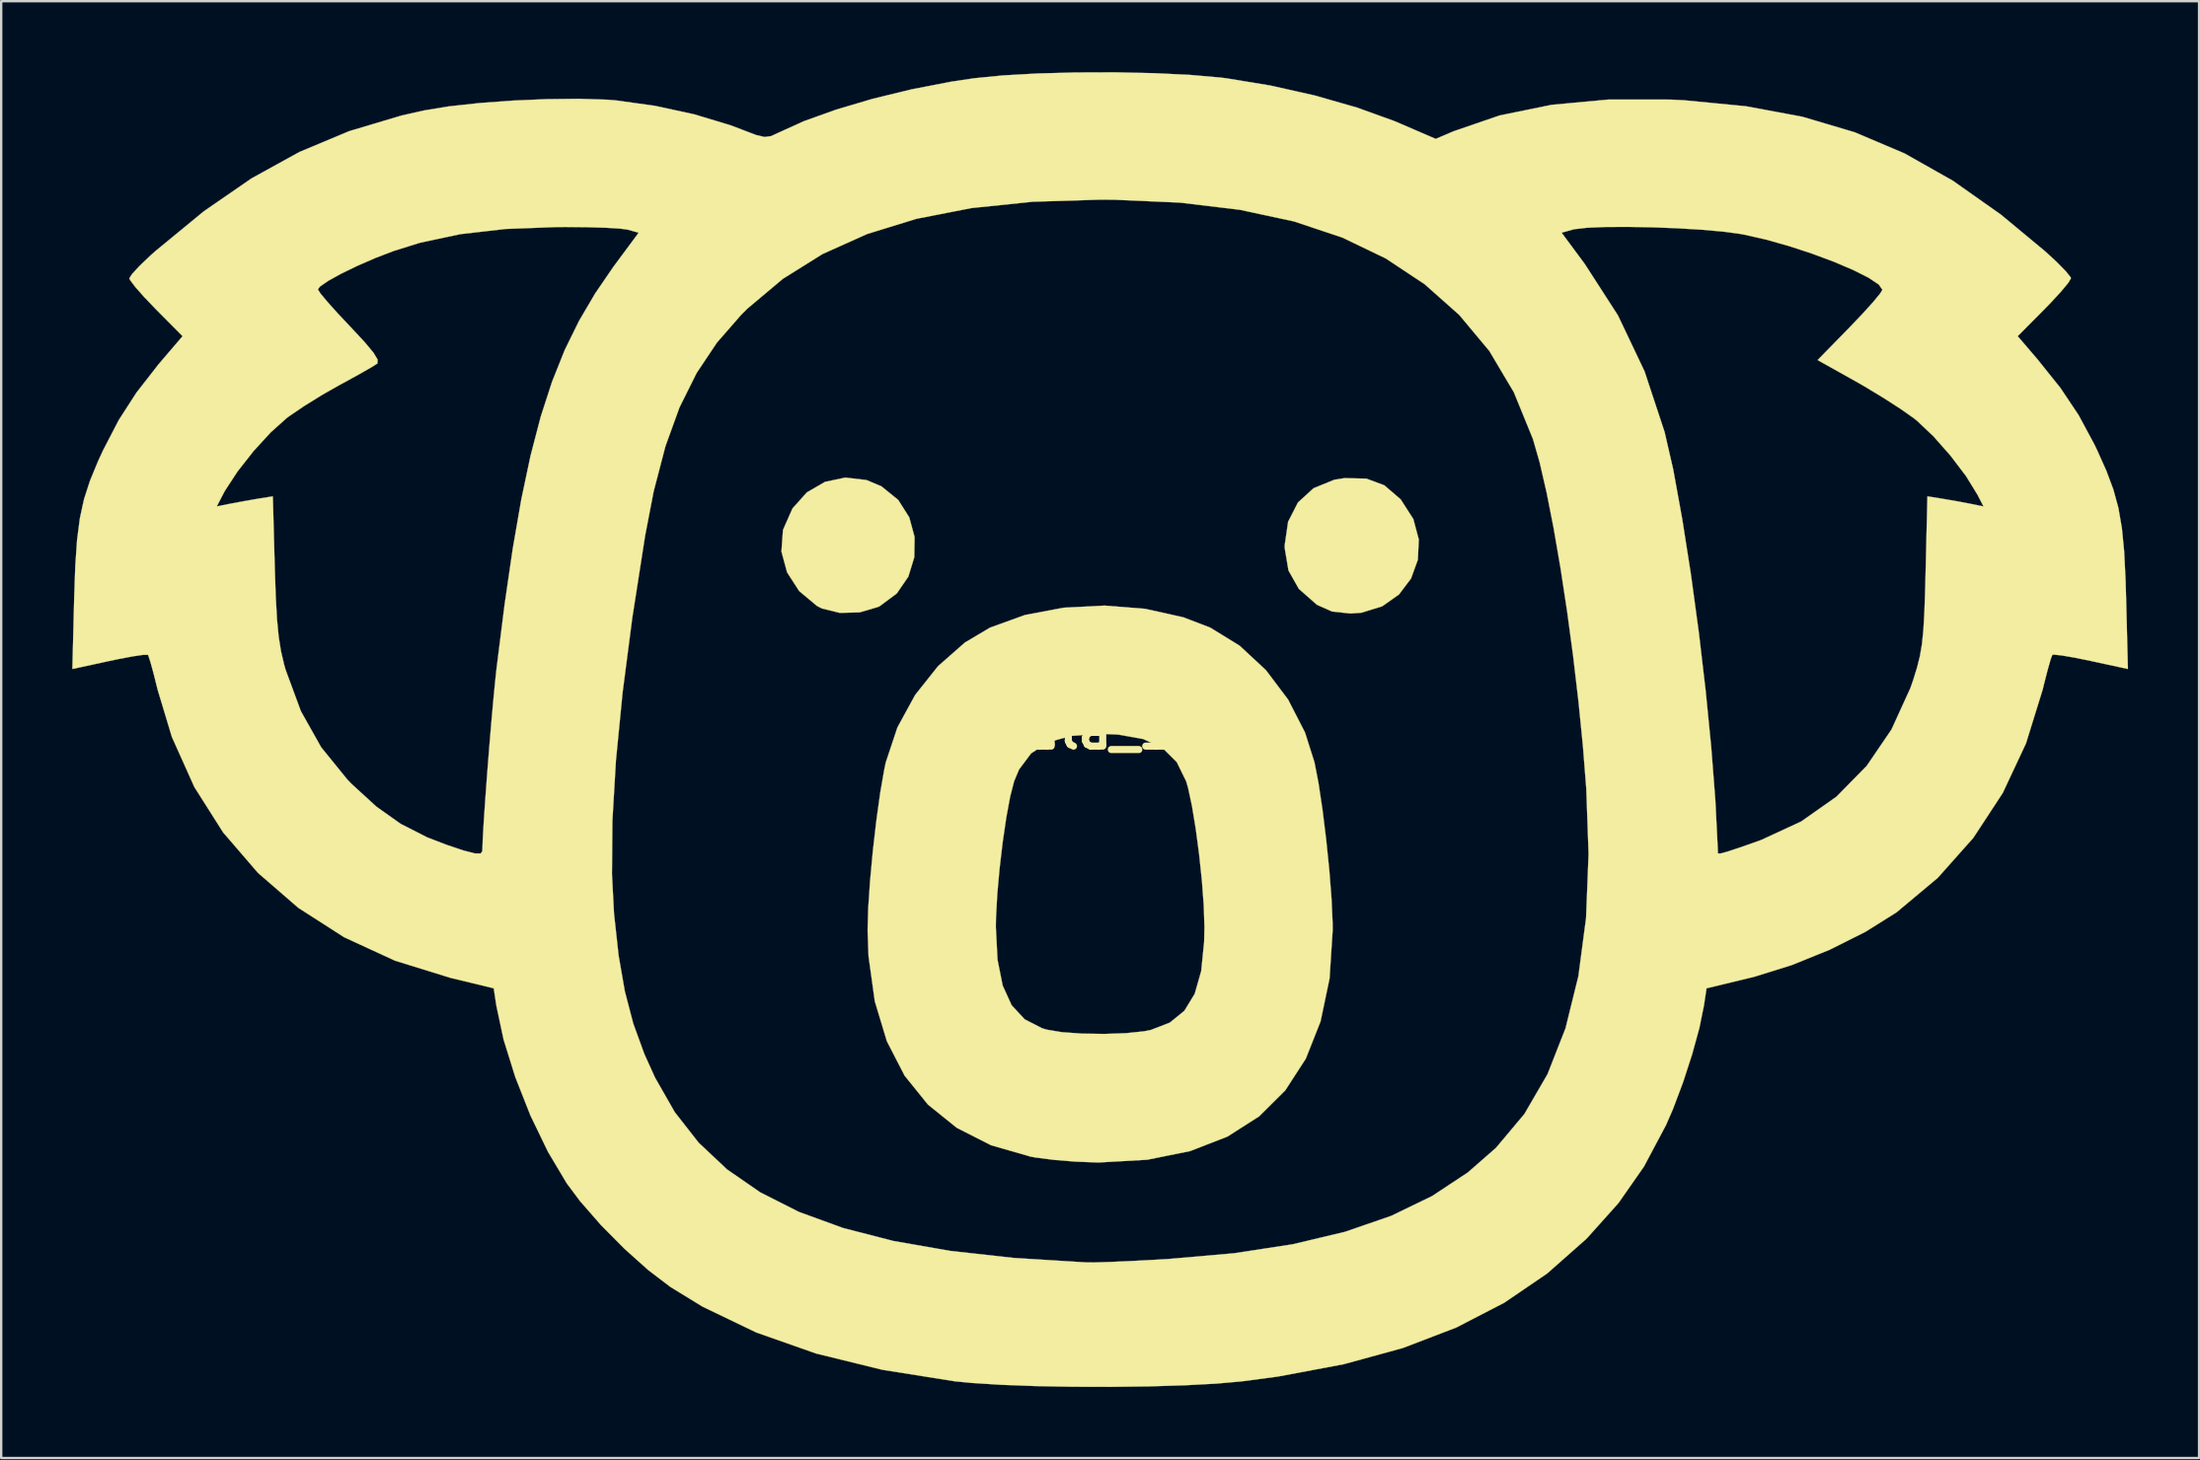
<source format=kicad_pcb>
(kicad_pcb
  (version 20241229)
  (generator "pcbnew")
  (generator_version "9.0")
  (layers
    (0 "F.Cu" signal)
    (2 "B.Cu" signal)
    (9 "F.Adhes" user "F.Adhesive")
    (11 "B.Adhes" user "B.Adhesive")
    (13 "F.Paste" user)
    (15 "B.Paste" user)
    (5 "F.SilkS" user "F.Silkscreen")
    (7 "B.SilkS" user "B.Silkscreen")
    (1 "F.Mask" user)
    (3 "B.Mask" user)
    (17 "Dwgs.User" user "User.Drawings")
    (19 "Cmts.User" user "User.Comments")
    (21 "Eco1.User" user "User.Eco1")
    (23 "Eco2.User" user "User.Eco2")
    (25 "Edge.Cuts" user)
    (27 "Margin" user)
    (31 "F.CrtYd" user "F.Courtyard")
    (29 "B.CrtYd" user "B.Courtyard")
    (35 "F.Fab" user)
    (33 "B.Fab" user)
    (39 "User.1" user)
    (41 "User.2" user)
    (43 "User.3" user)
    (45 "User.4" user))
  (footprint "Koala_150"
    (layer "F.Cu")
    (at 43.387 27.77)
    (property "Reference" "Koala_150" (at 0 0 0) (layer "F.SilkS") (effects (font (size 1.524 1.524) (thickness 0.3))))
    (attr through_hole)
    (fp_poly (pts (xy -9.863 -10.547) (xy -9.232 -10.281) (xy -8.523 -9.707) (xy -8.057 -8.971) (xy -7.832 -8.142) (xy -7.845 -7.285) (xy -8.096 -6.468) (xy -8.583 -5.758) (xy -9.303 -5.222) (xy -9.372 -5.188) (xy -10.153 -4.959) (xy -10.991 -4.938) (xy -11.745 -5.124) (xy -11.953 -5.231) (xy -12.704 -5.859) (xy -13.214 -6.648) (xy -13.452 -7.527) (xy -13.388 -8.427) (xy -13.379 -8.459) (xy -12.987 -9.346) (xy -12.38 -10.025) (xy -11.617 -10.468) (xy -10.758 -10.651) (xy -9.863 -10.547)) (stroke (width 0.01) (type solid)) (fill yes) (layer "F.SilkS"))
    (fp_poly (pts (xy 11.238 -10.607) (xy 11.994 -10.325) (xy 12.664 -9.751) (xy 12.694 -9.718) (xy 13.22 -8.9) (xy 13.45 -8.036) (xy 13.41 -7.18) (xy 13.123 -6.388) (xy 12.613 -5.714) (xy 11.906 -5.215) (xy 11.026 -4.944) (xy 10.566 -4.911) (xy 9.789 -4.995) (xy 9.164 -5.273) (xy 9.131 -5.296) (xy 8.388 -5.95) (xy 7.95 -6.726) (xy 7.791 -7.673) (xy 7.789 -7.789) (xy 7.934 -8.786) (xy 8.35 -9.6) (xy 9.008 -10.202) (xy 9.88 -10.558) (xy 10.315 -10.628) (xy 11.238 -10.607)) (stroke (width 0.01) (type solid)) (fill yes) (layer "F.SilkS"))
    (fp_poly (pts (xy 1.897 -5.109) (xy 3.51 -4.751) (xy 4.649 -4.314) (xy 5.889 -3.55) (xy 7 -2.517) (xy 7.935 -1.275) (xy 8.649 0.117) (xy 9.047 1.374) (xy 9.218 2.259) (xy 9.386 3.379) (xy 9.54 4.63) (xy 9.671 5.91) (xy 9.765 7.116) (xy 9.812 8.143) (xy 9.815 8.467) (xy 9.683 10.507) (xy 9.304 12.316) (xy 8.681 13.89) (xy 7.816 15.227) (xy 6.713 16.324) (xy 5.373 17.18) (xy 3.799 17.792) (xy 1.993 18.157) (xy -0.042 18.273) (xy -0.142 18.272) (xy -1.027 18.239) (xy -1.948 18.164) (xy -2.742 18.061) (xy -2.94 18.025) (xy -4.607 17.544) (xy -6.051 16.81) (xy -7.268 15.829) (xy -8.253 14.608) (xy -9.002 13.152) (xy -9.511 11.468) (xy -9.776 9.561) (xy -9.815 8.467) (xy -9.811 8.325) (xy -4.403 8.325) (xy -4.332 9.707) (xy -4.114 10.802) (xy -3.735 11.635) (xy -3.184 12.228) (xy -2.45 12.604) (xy -2.251 12.664) (xy -1.615 12.771) (xy -0.765 12.831) (xy 0.178 12.845) (xy 1.093 12.813) (xy 1.858 12.733) (xy 2.139 12.677) (xy 2.944 12.365) (xy 3.556 11.866) (xy 3.992 11.151) (xy 4.265 10.192) (xy 4.39 8.96) (xy 4.403 8.325) (xy 4.374 7.427) (xy 4.296 6.377) (xy 4.179 5.265) (xy 4.035 4.179) (xy 3.875 3.209) (xy 3.711 2.446) (xy 3.633 2.179) (xy 3.236 1.367) (xy 2.641 0.776) (xy 1.823 0.392) (xy 0.754 0.201) (xy 0 0.171) (xy -1.229 0.258) (xy -2.191 0.527) (xy -2.913 0.995) (xy -3.423 1.676) (xy -3.633 2.179) (xy -3.796 2.812) (xy -3.96 3.694) (xy -4.113 4.736) (xy -4.244 5.847) (xy -4.342 6.938) (xy -4.396 7.92) (xy -4.403 8.325) (xy -9.811 8.325) (xy -9.789 7.535) (xy -9.711 6.386) (xy -9.594 5.122) (xy -9.447 3.847) (xy -9.283 2.664) (xy -9.112 1.678) (xy -9.047 1.374) (xy -8.557 -0.099) (xy -7.807 -1.473) (xy -6.843 -2.687) (xy -5.71 -3.683) (xy -4.649 -4.314) (xy -3.175 -4.847) (xy -1.534 -5.157) (xy 0.186 -5.244) (xy 1.897 -5.109)) (stroke (width 0.01) (type solid)) (fill yes) (layer "F.SilkS"))
    (fp_poly (pts (xy 2.275 -27.73) (xy 3.781 -27.658) (xy 5.064 -27.546) (xy 5.321 -27.515) (xy 7.182 -27.209) (xy 9.056 -26.788) (xy 10.832 -26.28) (xy 12.4 -25.714) (xy 12.647 -25.61) (xy 14.166 -24.955) (xy 14.915 -25.275) (xy 16.863 -25.944) (xy 19.052 -26.392) (xy 21.461 -26.616) (xy 24.071 -26.614) (xy 24.65 -26.585) (xy 27.257 -26.333) (xy 29.64 -25.89) (xy 31.854 -25.233) (xy 33.953 -24.341) (xy 35.991 -23.189) (xy 38.022 -21.756) (xy 39.886 -20.209) (xy 40.381 -19.753) (xy 40.759 -19.367) (xy 40.961 -19.115) (xy 40.979 -19.067) (xy 40.866 -18.876) (xy 40.564 -18.512) (xy 40.126 -18.036) (xy 39.854 -17.756) (xy 38.73 -16.623) (xy 39.575 -15.635) (xy 40.534 -14.437) (xy 41.303 -13.286) (xy 41.971 -12.043) (xy 42.083 -11.81) (xy 42.473 -10.938) (xy 42.767 -10.151) (xy 42.98 -9.372) (xy 43.127 -8.525) (xy 43.224 -7.532) (xy 43.284 -6.318) (xy 43.306 -5.56) (xy 43.382 -2.568) (xy 41.826 -2.905) (xy 41.144 -3.044) (xy 40.597 -3.138) (xy 40.26 -3.174) (xy 40.193 -3.166) (xy 40.122 -2.977) (xy 39.997 -2.539) (xy 39.842 -1.935) (xy 39.784 -1.695) (xy 39.08 0.575) (xy 38.099 2.669) (xy 36.855 4.567) (xy 35.358 6.251) (xy 33.622 7.704) (xy 33.588 7.728) (xy 32.302 8.533) (xy 30.799 9.287) (xy 29.201 9.935) (xy 27.629 10.425) (xy 27.42 10.477) (xy 25.596 10.918) (xy 25.487 11.641) (xy 25.295 12.586) (xy 24.986 13.713) (xy 24.6 14.901) (xy 24.175 16.029) (xy 23.883 16.699) (xy 22.957 18.442) (xy 21.879 19.987) (xy 20.56 21.461) (xy 20.502 21.518) (xy 18.872 22.959) (xy 17.055 24.198) (xy 15.032 25.244) (xy 12.781 26.107) (xy 10.281 26.793) (xy 7.511 27.313) (xy 5.969 27.518) (xy 4.898 27.613) (xy 3.572 27.683) (xy 2.067 27.729) (xy 0.462 27.749) (xy -1.168 27.745) (xy -2.745 27.716) (xy -4.192 27.662) (xy -5.432 27.583) (xy -6.139 27.514) (xy -9.199 27.027) (xy -11.989 26.341) (xy -14.516 25.452) (xy -16.784 24.361) (xy -18.141 23.528) (xy -19.072 22.819) (xy -20.081 21.916) (xy -21.072 20.915) (xy -21.947 19.912) (xy -22.513 19.155) (xy -23.307 17.822) (xy -24.046 16.291) (xy -24.685 14.672) (xy -25.181 13.08) (xy -25.487 11.641) (xy -25.596 10.918) (xy -27.42 10.477) (xy -29.767 9.75) (xy -31.913 8.76) (xy -33.845 7.519) (xy -35.48 6.102) (xy -20.606 6.102) (xy -20.519 7.77) (xy -20.326 9.531) (xy -20.063 11.045) (xy -19.709 12.401) (xy -19.241 13.688) (xy -18.788 14.69) (xy -17.954 16.149) (xy -16.946 17.439) (xy -15.748 18.566) (xy -14.344 19.537) (xy -12.717 20.36) (xy -10.851 21.041) (xy -8.729 21.587) (xy -6.336 22.006) (xy -3.655 22.304) (xy -0.669 22.489) (xy -0.508 22.495) (xy -0.139 22.493) (xy 0.495 22.472) (xy 1.323 22.435) (xy 2.27 22.385) (xy 2.879 22.35) (xy 5.65 22.107) (xy 8.128 21.727) (xy 10.335 21.202) (xy 12.288 20.527) (xy 14.01 19.693) (xy 15.52 18.695) (xy 16.71 17.654) (xy 17.907 16.226) (xy 18.885 14.543) (xy 19.645 12.603) (xy 20.187 10.406) (xy 20.511 7.951) (xy 20.617 5.238) (xy 20.52 2.486) (xy 20.378 0.682) (xy 20.19 -1.204) (xy 19.965 -3.12) (xy 19.71 -5.012) (xy 19.433 -6.829) (xy 19.142 -8.518) (xy 18.845 -10.025) (xy 18.551 -11.299) (xy 18.27 -12.277) (xy 17.461 -14.258) (xy 16.428 -15.998) (xy 15.156 -17.522) (xy 15.155 -17.522) (xy 13.696 -18.818) (xy 12.059 -19.904) (xy 10.227 -20.786) (xy 9.609 -20.992) (xy 19.479 -20.992) (xy 20.454 -19.676) (xy 21.857 -17.5) (xy 22.982 -15.132) (xy 23.827 -12.572) (xy 24.188 -11.003) (xy 24.575 -8.871) (xy 24.939 -6.546) (xy 25.27 -4.113) (xy 25.558 -1.658) (xy 25.794 0.735) (xy 25.968 2.979) (xy 26.069 4.991) (xy 26.076 5.218) (xy 26.171 5.227) (xy 26.478 5.146) (xy 27.03 4.963) (xy 27.862 4.669) (xy 27.896 4.657) (xy 29.589 3.874) (xy 31.081 2.824) (xy 32.358 1.523) (xy 33.404 -0.014) (xy 34.204 -1.769) (xy 34.324 -2.117) (xy 34.484 -2.634) (xy 34.603 -3.112) (xy 34.69 -3.62) (xy 34.751 -4.226) (xy 34.794 -4.997) (xy 34.827 -6.002) (xy 34.844 -6.665) (xy 34.92 -9.859) (xy 35.536 -9.76) (xy 36.142 -9.656) (xy 36.72 -9.547) (xy 37.287 -9.434) (xy 37.03 -9.931) (xy 36.546 -10.718) (xy 35.894 -11.578) (xy 35.173 -12.395) (xy 34.478 -13.052) (xy 34.335 -13.166) (xy 33.788 -13.551) (xy 33.06 -14.02) (xy 32.269 -14.499) (xy 31.864 -14.73) (xy 30.285 -15.614) (xy 31.653 -17.015) (xy 32.193 -17.582) (xy 32.633 -18.07) (xy 32.924 -18.423) (xy 33.02 -18.582) (xy 32.865 -18.805) (xy 32.437 -19.091) (xy 31.79 -19.417) (xy 30.979 -19.763) (xy 30.06 -20.106) (xy 29.085 -20.426) (xy 28.112 -20.701) (xy 27.193 -20.909) (xy 27.032 -20.939) (xy 26.316 -21.037) (xy 25.409 -21.117) (xy 24.384 -21.179) (xy 23.313 -21.221) (xy 22.268 -21.239) (xy 21.324 -21.234) (xy 20.553 -21.202) (xy 20.028 -21.142) (xy 19.942 -21.122) (xy 19.479 -20.992) (xy 9.609 -20.992) (xy 8.181 -21.469) (xy 5.903 -21.959) (xy 3.375 -22.263) (xy 0.578 -22.385) (xy 0 -22.388) (xy -2.851 -22.3) (xy -5.431 -22.033) (xy -7.756 -21.579) (xy -9.845 -20.934) (xy -11.718 -20.092) (xy -13.391 -19.046) (xy -14.884 -17.792) (xy -15.155 -17.522) (xy -16.175 -16.352) (xy -17.034 -15.066) (xy -17.753 -13.62) (xy -18.351 -11.969) (xy -18.846 -10.069) (xy -19.204 -8.213) (xy -19.746 -4.745) (xy -20.157 -1.578) (xy -20.438 1.288) (xy -20.588 3.849) (xy -20.606 6.102) (xy -35.48 6.102) (xy -35.551 6.04) (xy -37.018 4.335) (xy -38.233 2.418) (xy -39.183 0.3) (xy -39.784 -1.695) (xy -39.944 -2.339) (xy -40.082 -2.845) (xy -40.175 -3.132) (xy -40.193 -3.166) (xy -40.381 -3.166) (xy -40.823 -3.102) (xy -41.44 -2.986) (xy -41.826 -2.905) (xy -43.382 -2.568) (xy -43.306 -5.56) (xy -43.259 -6.922) (xy -43.184 -8.022) (xy -43.065 -8.937) (xy -42.957 -9.434) (xy -37.287 -9.434) (xy -36.72 -9.547) (xy -36.134 -9.657) (xy -35.537 -9.76) (xy -34.921 -9.858) (xy -34.839 -6.834) (xy -34.798 -5.624) (xy -34.746 -4.681) (xy -34.675 -3.935) (xy -34.576 -3.315) (xy -34.443 -2.749) (xy -34.385 -2.543) (xy -33.737 -0.786) (xy -32.879 0.741) (xy -31.776 2.101) (xy -31.588 2.295) (xy -30.545 3.249) (xy -29.525 3.972) (xy -28.411 4.54) (xy -27.605 4.852) (xy -26.867 5.1) (xy -26.395 5.221) (xy -26.147 5.224) (xy -26.077 5.122) (xy -26.06 4.643) (xy -26.018 3.898) (xy -25.954 2.958) (xy -25.876 1.893) (xy -25.788 0.775) (xy -25.696 -0.326) (xy -25.605 -1.338) (xy -25.521 -2.19) (xy -25.473 -2.625) (xy -25.138 -5.289) (xy -24.794 -7.647) (xy -24.432 -9.734) (xy -24.041 -11.583) (xy -23.612 -13.227) (xy -23.135 -14.699) (xy -22.601 -16.034) (xy -21.998 -17.264) (xy -21.318 -18.423) (xy -20.551 -19.545) (xy -20.454 -19.676) (xy -19.479 -20.992) (xy -19.942 -21.122) (xy -20.272 -21.166) (xy -20.867 -21.202) (xy -21.654 -21.225) (xy -22.558 -21.234) (xy -22.945 -21.232) (xy -25.102 -21.15) (xy -27.003 -20.932) (xy -28.704 -20.57) (xy -29.826 -20.22) (xy -30.594 -19.924) (xy -31.354 -19.593) (xy -32.04 -19.26) (xy -32.587 -18.957) (xy -32.933 -18.718) (xy -33.02 -18.599) (xy -32.909 -18.424) (xy -32.608 -18.063) (xy -32.163 -17.567) (xy -31.663 -17.036) (xy -31.055 -16.384) (xy -30.674 -15.927) (xy -30.498 -15.635) (xy -30.504 -15.475) (xy -30.52 -15.46) (xy -30.759 -15.31) (xy -31.216 -15.048) (xy -31.81 -14.72) (xy -32.089 -14.57) (xy -32.839 -14.144) (xy -33.601 -13.671) (xy -34.233 -13.241) (xy -34.335 -13.165) (xy -35.009 -12.562) (xy -35.733 -11.772) (xy -36.409 -10.912) (xy -36.94 -10.098) (xy -37.03 -9.931) (xy -37.287 -9.434) (xy -42.957 -9.434) (xy -42.889 -9.743) (xy -42.639 -10.516) (xy -42.302 -11.334) (xy -42.083 -11.81) (xy -41.422 -13.083) (xy -40.677 -14.239) (xy -39.757 -15.42) (xy -39.575 -15.635) (xy -38.73 -16.623) (xy -39.854 -17.756) (xy -40.343 -18.266) (xy -40.724 -18.698) (xy -40.945 -18.99) (xy -40.979 -19.067) (xy -40.859 -19.252) (xy -40.541 -19.595) (xy -40.084 -20.032) (xy -39.886 -20.209) (xy -37.833 -21.897) (xy -35.82 -23.287) (xy -33.792 -24.405) (xy -31.698 -25.281) (xy -29.484 -25.942) (xy -28.54 -26.155) (xy -27.492 -26.327) (xy -26.212 -26.467) (xy -24.801 -26.571) (xy -23.364 -26.633) (xy -22.006 -26.648) (xy -20.83 -26.611) (xy -20.449 -26.581) (xy -18.789 -26.351) (xy -17.127 -25.99) (xy -15.604 -25.53) (xy -15.065 -25.326) (xy -14.518 -25.117) (xy -14.165 -25.035) (xy -13.89 -25.072) (xy -13.617 -25.198) (xy -12.507 -25.701) (xy -11.139 -26.192) (xy -9.595 -26.649) (xy -7.953 -27.048) (xy -6.296 -27.369) (xy -5.321 -27.515) (xy -4.103 -27.635) (xy -2.641 -27.717) (xy -1.028 -27.76) (xy 0.641 -27.765) (xy 2.275 -27.73)) (stroke (width 0.01) (type solid)) (fill yes) (layer "F.SilkS")))
  (gr_rect
    (start -3 -3)
    (end 89.773 58.524)
    (stroke (width 0.1) (type default))
    (fill no)
    (layer "Edge.Cuts")))
</source>
